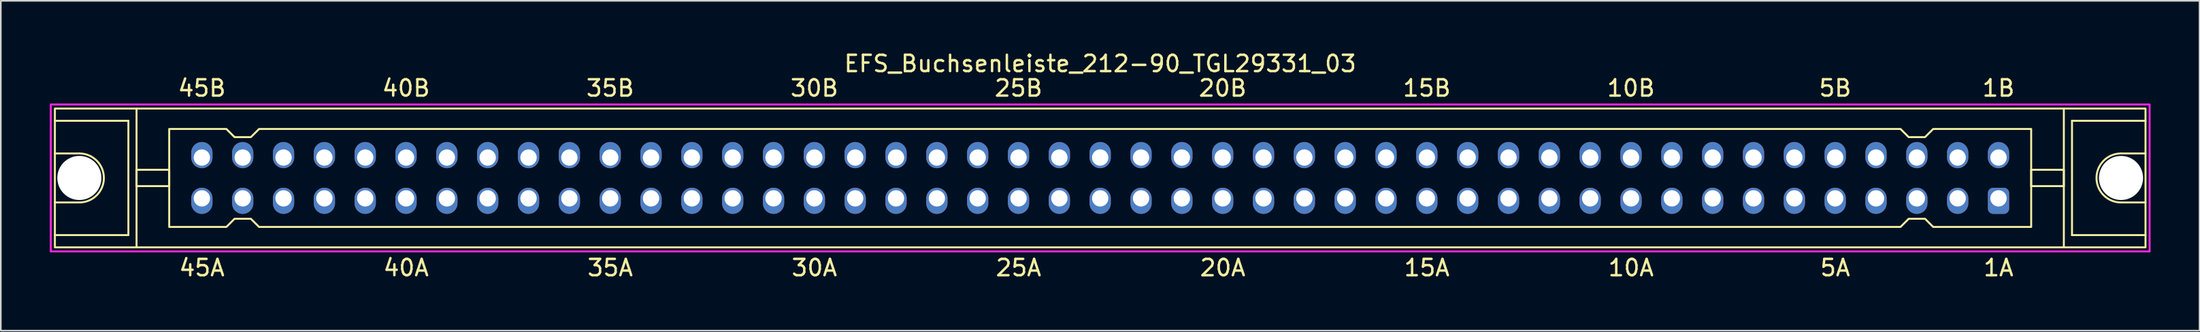
<source format=kicad_pcb>
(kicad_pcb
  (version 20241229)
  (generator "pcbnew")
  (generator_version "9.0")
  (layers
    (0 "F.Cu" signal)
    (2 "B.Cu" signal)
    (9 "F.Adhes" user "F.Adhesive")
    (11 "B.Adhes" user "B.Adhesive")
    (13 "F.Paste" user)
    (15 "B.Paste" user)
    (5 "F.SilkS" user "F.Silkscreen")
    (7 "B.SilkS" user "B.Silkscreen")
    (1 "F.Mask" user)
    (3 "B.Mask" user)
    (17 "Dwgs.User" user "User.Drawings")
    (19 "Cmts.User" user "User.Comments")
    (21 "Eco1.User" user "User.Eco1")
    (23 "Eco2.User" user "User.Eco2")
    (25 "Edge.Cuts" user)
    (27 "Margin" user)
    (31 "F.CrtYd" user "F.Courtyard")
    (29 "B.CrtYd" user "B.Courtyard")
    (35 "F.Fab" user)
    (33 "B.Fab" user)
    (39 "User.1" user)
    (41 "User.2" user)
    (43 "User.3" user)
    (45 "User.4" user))
  (footprint "EFS_Buchsenleiste_212-90_TGL29331_03"
    (layer "F.Cu")
    (at 64.31 7.848)
    (property "Reference" "EFS_Buchsenleiste_212-90_TGL29331_03" (at 0 -7 180) (layer "F.SilkS") (effects (font (size 1 1) (thickness 0.15))))
    (attr through_hole)
    (fp_line (start -64 -3.5) (end -59.5 -3.5) (stroke (width 0.12) (type solid)) (layer "F.SilkS"))
    (fp_line (start -62.5 -1.5) (end -64 -1.5) (stroke (width 0.12) (type solid)) (layer "F.SilkS"))
    (fp_line (start -62.5 1.5) (end -64 1.5) (stroke (width 0.12) (type solid)) (layer "F.SilkS"))
    (fp_line (start -59.5 -3.5) (end -59.5 3.5) (stroke (width 0.12) (type solid)) (layer "F.SilkS"))
    (fp_line (start -59.5 3.5) (end -64 3.5) (stroke (width 0.12) (type solid)) (layer "F.SilkS"))
    (fp_line (start -59 4.25) (end -59 -4.25) (stroke (width 0.12) (type solid)) (layer "F.SilkS"))
    (fp_line (start 59 4.25) (end 59 -4.25) (stroke (width 0.12) (type solid)) (layer "F.SilkS"))
    (fp_line (start 59.5 -3.5) (end 59.5 3.5) (stroke (width 0.12) (type solid)) (layer "F.SilkS"))
    (fp_line (start 59.5 3.5) (end 64 3.5) (stroke (width 0.12) (type solid)) (layer "F.SilkS"))
    (fp_line (start 62.5 -1.5) (end 64 -1.5) (stroke (width 0.12) (type solid)) (layer "F.SilkS"))
    (fp_line (start 62.5 1.5) (end 64 1.5) (stroke (width 0.12) (type solid)) (layer "F.SilkS"))
    (fp_line (start 64 -3.5) (end 59.5 -3.5) (stroke (width 0.12) (type solid)) (layer "F.SilkS"))
    (fp_rect (start -64 -4.25) (end 64 4.25) (stroke (width 0.12) (type solid)) (fill no) (layer "F.SilkS"))
    (fp_rect (start -59 -0.5) (end -57 0.5) (stroke (width 0.12) (type solid)) (fill no) (layer "F.SilkS"))
    (fp_rect (start 59 -0.5) (end 57 0.5) (stroke (width 0.12) (type solid)) (fill no) (layer "F.SilkS"))
    (fp_arc (start -62.5 -1.5) (mid -61 0) (end -62.5 1.5) (stroke (width 0.12) (type solid)) (layer "F.SilkS"))
    (fp_arc (start 62.5 1.5) (mid 61 0) (end 62.5 -1.5) (stroke (width 0.12) (type solid)) (layer "F.SilkS"))
    (fp_poly (pts (xy -53 -2.5) (xy -52 -2.5) (xy -51.5 -3) (xy 49 -3) (xy 49.5 -2.5) (xy 50.5 -2.5) (xy 51 -3) (xy 57 -3) (xy 57 3) (xy 51 3) (xy 50.5 2.5) (xy 49.5 2.5) (xy 49 3) (xy -51.5 3) (xy -52 2.5) (xy -53 2.5) (xy -53.5 3) (xy -57 3) (xy -57 -3) (xy -53.5 -3)) (stroke (width 0.12) (type solid)) (fill no) (layer "F.SilkS"))
    (fp_rect (start -64.25 -4.5) (end 64.25 4.5) (stroke (width 0.12) (type solid)) (fill no) (layer "F.CrtYd"))
    (fp_text user "40A" (at -42.5 5.5 180) (layer "F.SilkS") (effects (font (size 1 1) (thickness 0.15))))
    (fp_text user "20A" (at 7.5 5.5 180) (layer "F.SilkS") (effects (font (size 1 1) (thickness 0.15))))
    (fp_text user "30A" (at -17.5 5.5 180) (layer "F.SilkS") (effects (font (size 1 1) (thickness 0.15))))
    (fp_text user "1A" (at 55 5.5 180) (layer "F.SilkS") (effects (font (size 1 1) (thickness 0.15))))
    (fp_text user "5B" (at 45 -5.5 180) (layer "F.SilkS") (effects (font (size 1 1) (thickness 0.15))))
    (fp_text user "1B" (at 55 -5.5 180) (layer "F.SilkS") (effects (font (size 1 1) (thickness 0.15))))
    (fp_text user "10A" (at 32.5 5.5 180) (layer "F.SilkS") (effects (font (size 1 1) (thickness 0.15))))
    (fp_text user "15B" (at 20 -5.5 180) (layer "F.SilkS") (effects (font (size 1 1) (thickness 0.15))))
    (fp_text user "30B" (at -17.5 -5.5 180) (layer "F.SilkS") (effects (font (size 1 1) (thickness 0.15))))
    (fp_text user "45B" (at -55 -5.5 180) (layer "F.SilkS") (effects (font (size 1 1) (thickness 0.15))))
    (fp_text user "15A" (at 20 5.5 180) (layer "F.SilkS") (effects (font (size 1 1) (thickness 0.15))))
    (fp_text user "40B" (at -42.5 -5.5 180) (layer "F.SilkS") (effects (font (size 1 1) (thickness 0.15))))
    (fp_text user "45A" (at -55 5.5 180) (layer "F.SilkS") (effects (font (size 1 1) (thickness 0.15))))
    (fp_text user "5A" (at 45 5.5 180) (layer "F.SilkS") (effects (font (size 1 1) (thickness 0.15))))
    (fp_text user "35A" (at -30 5.5 180) (layer "F.SilkS") (effects (font (size 1 1) (thickness 0.15))))
    (fp_text user "35B" (at -30 -5.5 180) (layer "F.SilkS") (effects (font (size 1 1) (thickness 0.15))))
    (fp_text user "10B" (at 32.5 -5.5 180) (layer "F.SilkS") (effects (font (size 1 1) (thickness 0.15))))
    (fp_text user "20B" (at 7.5 -5.5 180) (layer "F.SilkS") (effects (font (size 1 1) (thickness 0.15))))
    (fp_text user "25B" (at -5 -5.5 180) (layer "F.SilkS") (effects (font (size 1 1) (thickness 0.15))))
    (fp_text user "25A" (at -5 5.5 180) (layer "F.SilkS") (effects (font (size 1 1) (thickness 0.15))))
    (pad "" np_thru_hole circle (at -62.5 0) (size 2.7 2.7) (drill 2.7) (layers "*.Cu" "*.Mask"))
    (pad "" np_thru_hole circle (at 62.5 0) (size 2.7 2.7) (drill 2.7) (layers "*.Cu" "*.Mask"))
    (pad "1a" thru_hole roundrect (at 55 1.25 180) (size 1.3 1.6) (drill 1 (offset 0 -0.15)) (layers "*.Cu" "*.Mask") (roundrect_rratio 0.25))
    (pad "1b" thru_hole oval (at 55 -1.25 180) (size 1.3 1.6) (drill 1 (offset 0 0.15)) (layers "*.Cu" "*.Mask"))
    (pad "2a" thru_hole oval (at 52.5 1.25 180) (size 1.3 1.6) (drill 1 (offset 0 -0.15)) (layers "*.Cu" "*.Mask"))
    (pad "2b" thru_hole oval (at 52.5 -1.25 180) (size 1.3 1.6) (drill 1 (offset 0 0.15)) (layers "*.Cu" "*.Mask"))
    (pad "3a" thru_hole oval (at 50 1.25 180) (size 1.3 1.6) (drill 1 (offset 0 -0.15)) (layers "*.Cu" "*.Mask"))
    (pad "3b" thru_hole oval (at 50 -1.25 180) (size 1.3 1.6) (drill 1 (offset 0 0.15)) (layers "*.Cu" "*.Mask"))
    (pad "4a" thru_hole oval (at 47.5 1.25 180) (size 1.3 1.6) (drill 1 (offset 0 -0.15)) (layers "*.Cu" "*.Mask"))
    (pad "4b" thru_hole oval (at 47.5 -1.25 180) (size 1.3 1.6) (drill 1 (offset 0 0.15)) (layers "*.Cu" "*.Mask"))
    (pad "5a" thru_hole oval (at 45 1.25 180) (size 1.3 1.6) (drill 1 (offset 0 -0.15)) (layers "*.Cu" "*.Mask"))
    (pad "5b" thru_hole oval (at 45 -1.25 180) (size 1.3 1.6) (drill 1 (offset 0 0.15)) (layers "*.Cu" "*.Mask"))
    (pad "6a" thru_hole oval (at 42.5 1.25 180) (size 1.3 1.6) (drill 1 (offset 0 -0.15)) (layers "*.Cu" "*.Mask"))
    (pad "6b" thru_hole oval (at 42.5 -1.25 180) (size 1.3 1.6) (drill 1 (offset 0 0.15)) (layers "*.Cu" "*.Mask"))
    (pad "7a" thru_hole oval (at 40 1.25 180) (size 1.3 1.6) (drill 1 (offset 0 -0.15)) (layers "*.Cu" "*.Mask"))
    (pad "7b" thru_hole oval (at 40 -1.25 180) (size 1.3 1.6) (drill 1 (offset 0 0.15)) (layers "*.Cu" "*.Mask"))
    (pad "8a" thru_hole oval (at 37.5 1.25 180) (size 1.3 1.6) (drill 1 (offset 0 -0.15)) (layers "*.Cu" "*.Mask"))
    (pad "8b" thru_hole oval (at 37.5 -1.25 180) (size 1.3 1.6) (drill 1 (offset 0 0.15)) (layers "*.Cu" "*.Mask"))
    (pad "9a" thru_hole oval (at 35 1.25 180) (size 1.3 1.6) (drill 1 (offset 0 -0.15)) (layers "*.Cu" "*.Mask"))
    (pad "9b" thru_hole oval (at 35 -1.25 180) (size 1.3 1.6) (drill 1 (offset 0 0.15)) (layers "*.Cu" "*.Mask"))
    (pad "10a" thru_hole oval (at 32.5 1.25 180) (size 1.3 1.6) (drill 1 (offset 0 -0.15)) (layers "*.Cu" "*.Mask"))
    (pad "10b" thru_hole oval (at 32.5 -1.25 180) (size 1.3 1.6) (drill 1 (offset 0 0.15)) (layers "*.Cu" "*.Mask"))
    (pad "11a" thru_hole oval (at 30 1.25 180) (size 1.3 1.6) (drill 1 (offset 0 -0.15)) (layers "*.Cu" "*.Mask"))
    (pad "11b" thru_hole oval (at 30 -1.25 180) (size 1.3 1.6) (drill 1 (offset 0 0.15)) (layers "*.Cu" "*.Mask"))
    (pad "12a" thru_hole oval (at 27.5 1.25 180) (size 1.3 1.6) (drill 1 (offset 0 -0.15)) (layers "*.Cu" "*.Mask"))
    (pad "12b" thru_hole oval (at 27.5 -1.25 180) (size 1.3 1.6) (drill 1 (offset 0 0.15)) (layers "*.Cu" "*.Mask"))
    (pad "13a" thru_hole oval (at 25 1.25 180) (size 1.3 1.6) (drill 1 (offset 0 -0.15)) (layers "*.Cu" "*.Mask"))
    (pad "13b" thru_hole oval (at 25 -1.25 180) (size 1.3 1.6) (drill 1 (offset 0 0.15)) (layers "*.Cu" "*.Mask"))
    (pad "14a" thru_hole oval (at 22.5 1.25 180) (size 1.3 1.6) (drill 1 (offset 0 -0.15)) (layers "*.Cu" "*.Mask"))
    (pad "14b" thru_hole oval (at 22.5 -1.25 180) (size 1.3 1.6) (drill 1 (offset 0 0.15)) (layers "*.Cu" "*.Mask"))
    (pad "15a" thru_hole oval (at 20 1.25 180) (size 1.3 1.6) (drill 1 (offset 0 -0.15)) (layers "*.Cu" "*.Mask"))
    (pad "15b" thru_hole oval (at 20 -1.25 180) (size 1.3 1.6) (drill 1 (offset 0 0.15)) (layers "*.Cu" "*.Mask"))
    (pad "16a" thru_hole oval (at 17.5 1.25 180) (size 1.3 1.6) (drill 1 (offset 0 -0.15)) (layers "*.Cu" "*.Mask"))
    (pad "16b" thru_hole oval (at 17.5 -1.25 180) (size 1.3 1.6) (drill 1 (offset 0 0.15)) (layers "*.Cu" "*.Mask"))
    (pad "17a" thru_hole oval (at 15 1.25 180) (size 1.3 1.6) (drill 1 (offset 0 -0.15)) (layers "*.Cu" "*.Mask"))
    (pad "17b" thru_hole oval (at 15 -1.25 180) (size 1.3 1.6) (drill 1 (offset 0 0.15)) (layers "*.Cu" "*.Mask"))
    (pad "18a" thru_hole oval (at 12.5 1.25 180) (size 1.3 1.6) (drill 1 (offset 0 -0.15)) (layers "*.Cu" "*.Mask"))
    (pad "18b" thru_hole oval (at 12.5 -1.25 180) (size 1.3 1.6) (drill 1 (offset 0 0.15)) (layers "*.Cu" "*.Mask"))
    (pad "19a" thru_hole oval (at 10 1.25 180) (size 1.3 1.6) (drill 1 (offset 0 -0.15)) (layers "*.Cu" "*.Mask"))
    (pad "19b" thru_hole oval (at 10 -1.25 180) (size 1.3 1.6) (drill 1 (offset 0 0.15)) (layers "*.Cu" "*.Mask"))
    (pad "20a" thru_hole oval (at 7.5 1.25 180) (size 1.3 1.6) (drill 1 (offset 0 -0.15)) (layers "*.Cu" "*.Mask"))
    (pad "20b" thru_hole oval (at 7.5 -1.25 180) (size 1.3 1.6) (drill 1 (offset 0 0.15)) (layers "*.Cu" "*.Mask"))
    (pad "21a" thru_hole oval (at 5 1.25 180) (size 1.3 1.6) (drill 1 (offset 0 -0.15)) (layers "*.Cu" "*.Mask"))
    (pad "21b" thru_hole oval (at 5 -1.25 180) (size 1.3 1.6) (drill 1 (offset 0 0.15)) (layers "*.Cu" "*.Mask"))
    (pad "22a" thru_hole oval (at 2.5 1.25 180) (size 1.3 1.6) (drill 1 (offset 0 -0.15)) (layers "*.Cu" "*.Mask"))
    (pad "22b" thru_hole oval (at 2.5 -1.25 180) (size 1.3 1.6) (drill 1 (offset 0 0.15)) (layers "*.Cu" "*.Mask"))
    (pad "23a" thru_hole oval (at 0 1.25 180) (size 1.3 1.6) (drill 1 (offset 0 -0.15)) (layers "*.Cu" "*.Mask"))
    (pad "23b" thru_hole oval (at 0 -1.25 180) (size 1.3 1.6) (drill 1 (offset 0 0.15)) (layers "*.Cu" "*.Mask"))
    (pad "24a" thru_hole oval (at -2.5 1.25 180) (size 1.3 1.6) (drill 1 (offset 0 -0.15)) (layers "*.Cu" "*.Mask"))
    (pad "24b" thru_hole oval (at -2.5 -1.25 180) (size 1.3 1.6) (drill 1 (offset 0 0.15)) (layers "*.Cu" "*.Mask"))
    (pad "25a" thru_hole oval (at -5 1.25 180) (size 1.3 1.6) (drill 1 (offset 0 -0.15)) (layers "*.Cu" "*.Mask"))
    (pad "25b" thru_hole oval (at -5 -1.25 180) (size 1.3 1.6) (drill 1 (offset 0 0.15)) (layers "*.Cu" "*.Mask"))
    (pad "26a" thru_hole oval (at -7.5 1.25 180) (size 1.3 1.6) (drill 1 (offset 0 -0.15)) (layers "*.Cu" "*.Mask"))
    (pad "26b" thru_hole oval (at -7.5 -1.25 180) (size 1.3 1.6) (drill 1 (offset 0 0.15)) (layers "*.Cu" "*.Mask"))
    (pad "27a" thru_hole oval (at -10 1.25 180) (size 1.3 1.6) (drill 1 (offset 0 -0.15)) (layers "*.Cu" "*.Mask"))
    (pad "27b" thru_hole oval (at -10 -1.25 180) (size 1.3 1.6) (drill 1 (offset 0 0.15)) (layers "*.Cu" "*.Mask"))
    (pad "28a" thru_hole oval (at -12.5 1.25 180) (size 1.3 1.6) (drill 1 (offset 0 -0.15)) (layers "*.Cu" "*.Mask"))
    (pad "28b" thru_hole oval (at -12.5 -1.25 180) (size 1.3 1.6) (drill 1 (offset 0 0.15)) (layers "*.Cu" "*.Mask"))
    (pad "29a" thru_hole oval (at -15 1.25 180) (size 1.3 1.6) (drill 1 (offset 0 -0.15)) (layers "*.Cu" "*.Mask"))
    (pad "29b" thru_hole oval (at -15 -1.25 180) (size 1.3 1.6) (drill 1 (offset 0 0.15)) (layers "*.Cu" "*.Mask"))
    (pad "30a" thru_hole oval (at -17.5 1.25 180) (size 1.3 1.6) (drill 1 (offset 0 -0.15)) (layers "*.Cu" "*.Mask"))
    (pad "30b" thru_hole oval (at -17.5 -1.25 180) (size 1.3 1.6) (drill 1 (offset 0 0.15)) (layers "*.Cu" "*.Mask"))
    (pad "31a" thru_hole oval (at -20 1.25 180) (size 1.3 1.6) (drill 1 (offset 0 -0.15)) (layers "*.Cu" "*.Mask"))
    (pad "31b" thru_hole oval (at -20 -1.25 180) (size 1.3 1.6) (drill 1 (offset 0 0.15)) (layers "*.Cu" "*.Mask"))
    (pad "32a" thru_hole oval (at -22.5 1.25 180) (size 1.3 1.6) (drill 1 (offset 0 -0.15)) (layers "*.Cu" "*.Mask"))
    (pad "32b" thru_hole oval (at -22.5 -1.25 180) (size 1.3 1.6) (drill 1 (offset 0 0.15)) (layers "*.Cu" "*.Mask"))
    (pad "33a" thru_hole oval (at -25 1.25 180) (size 1.3 1.6) (drill 1 (offset 0 -0.15)) (layers "*.Cu" "*.Mask"))
    (pad "33b" thru_hole oval (at -25 -1.25 180) (size 1.3 1.6) (drill 1 (offset 0 0.15)) (layers "*.Cu" "*.Mask"))
    (pad "34a" thru_hole oval (at -27.5 1.25 180) (size 1.3 1.6) (drill 1 (offset 0 -0.15)) (layers "*.Cu" "*.Mask"))
    (pad "34b" thru_hole oval (at -27.5 -1.25 180) (size 1.3 1.6) (drill 1 (offset 0 0.15)) (layers "*.Cu" "*.Mask"))
    (pad "35a" thru_hole oval (at -30 1.25 180) (size 1.3 1.6) (drill 1 (offset 0 -0.15)) (layers "*.Cu" "*.Mask"))
    (pad "35b" thru_hole oval (at -30 -1.25 180) (size 1.3 1.6) (drill 1 (offset 0 0.15)) (layers "*.Cu" "*.Mask"))
    (pad "36a" thru_hole oval (at -32.5 1.25 180) (size 1.3 1.6) (drill 1 (offset 0 -0.15)) (layers "*.Cu" "*.Mask"))
    (pad "36b" thru_hole oval (at -32.5 -1.25 180) (size 1.3 1.6) (drill 1 (offset 0 0.15)) (layers "*.Cu" "*.Mask"))
    (pad "37a" thru_hole oval (at -35 1.25 180) (size 1.3 1.6) (drill 1 (offset 0 -0.15)) (layers "*.Cu" "*.Mask"))
    (pad "37b" thru_hole oval (at -35 -1.25 180) (size 1.3 1.6) (drill 1 (offset 0 0.15)) (layers "*.Cu" "*.Mask"))
    (pad "38a" thru_hole oval (at -37.5 1.25 180) (size 1.3 1.6) (drill 1 (offset 0 -0.15)) (layers "*.Cu" "*.Mask"))
    (pad "38b" thru_hole oval (at -37.5 -1.25 180) (size 1.3 1.6) (drill 1 (offset 0 0.15)) (layers "*.Cu" "*.Mask"))
    (pad "39a" thru_hole oval (at -40 1.25 180) (size 1.3 1.6) (drill 1 (offset 0 -0.15)) (layers "*.Cu" "*.Mask"))
    (pad "39b" thru_hole oval (at -40 -1.25 180) (size 1.3 1.6) (drill 1 (offset 0 0.15)) (layers "*.Cu" "*.Mask"))
    (pad "40a" thru_hole oval (at -42.5 1.25 180) (size 1.3 1.6) (drill 1 (offset 0 -0.15)) (layers "*.Cu" "*.Mask"))
    (pad "40b" thru_hole oval (at -42.5 -1.25 180) (size 1.3 1.6) (drill 1 (offset 0 0.15)) (layers "*.Cu" "*.Mask"))
    (pad "41a" thru_hole oval (at -45 1.25 180) (size 1.3 1.6) (drill 1 (offset 0 -0.15)) (layers "*.Cu" "*.Mask"))
    (pad "41b" thru_hole oval (at -45 -1.25 180) (size 1.3 1.6) (drill 1 (offset 0 0.15)) (layers "*.Cu" "*.Mask"))
    (pad "42a" thru_hole oval (at -47.5 1.25 180) (size 1.3 1.6) (drill 1 (offset 0 -0.15)) (layers "*.Cu" "*.Mask"))
    (pad "42b" thru_hole oval (at -47.5 -1.25 180) (size 1.3 1.6) (drill 1 (offset 0 0.15)) (layers "*.Cu" "*.Mask"))
    (pad "43a" thru_hole oval (at -50 1.25 180) (size 1.3 1.6) (drill 1 (offset 0 -0.15)) (layers "*.Cu" "*.Mask"))
    (pad "43b" thru_hole oval (at -50 -1.25 180) (size 1.3 1.6) (drill 1 (offset 0 0.15)) (layers "*.Cu" "*.Mask"))
    (pad "44a" thru_hole oval (at -52.5 1.25 180) (size 1.3 1.6) (drill 1 (offset 0 -0.15)) (layers "*.Cu" "*.Mask"))
    (pad "44b" thru_hole oval (at -52.5 -1.25 180) (size 1.3 1.6) (drill 1 (offset 0 0.15)) (layers "*.Cu" "*.Mask"))
    (pad "45a" thru_hole oval (at -55 1.25 180) (size 1.3 1.6) (drill 1 (offset 0 -0.15)) (layers "*.Cu" "*.Mask"))
    (pad "45b" thru_hole oval (at -55 -1.25 180) (size 1.3 1.6) (drill 1 (offset 0 0.15)) (layers "*.Cu" "*.Mask")))
  (gr_rect
    (start -3 -3)
    (end 131.62 17.197)
    (stroke (width 0.1) (type default))
    (fill no)
    (layer "Edge.Cuts")))
</source>
